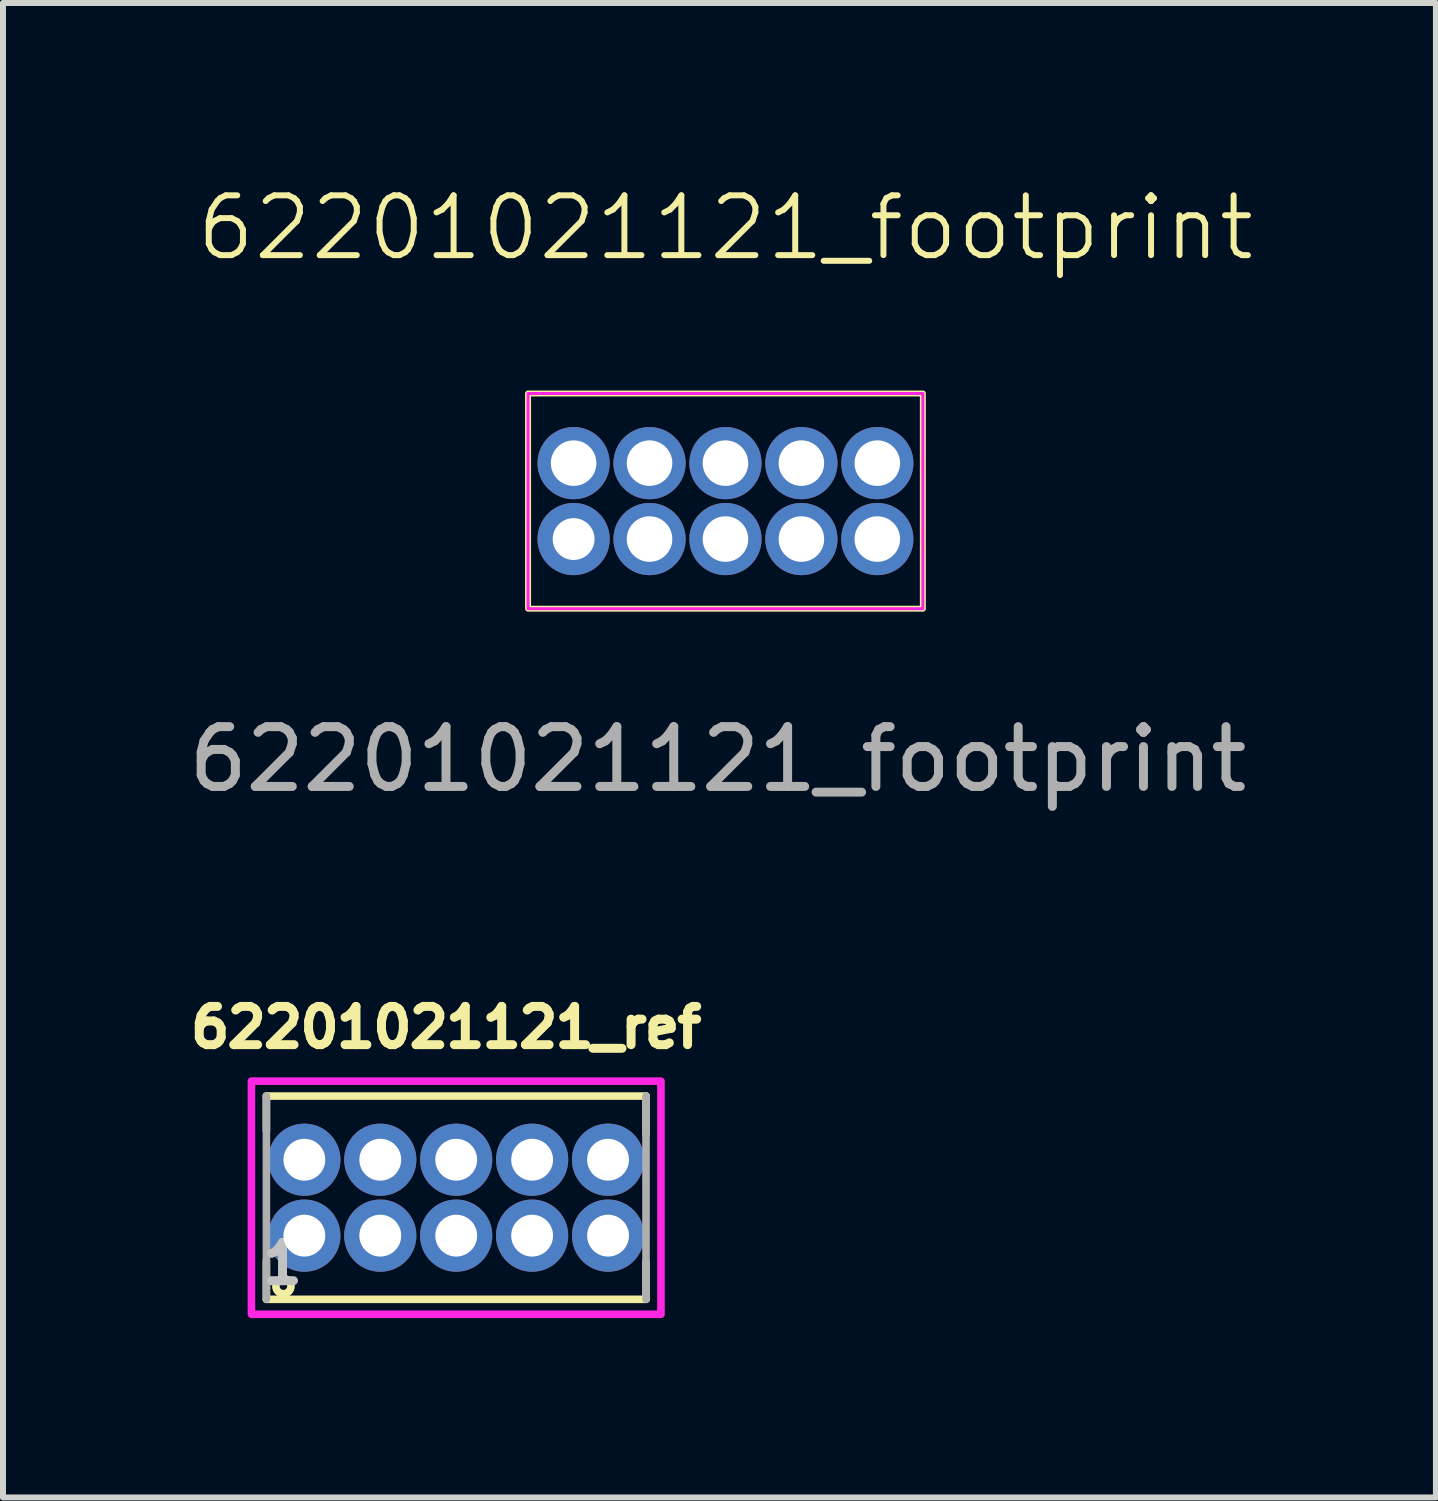
<source format=kicad_pcb>
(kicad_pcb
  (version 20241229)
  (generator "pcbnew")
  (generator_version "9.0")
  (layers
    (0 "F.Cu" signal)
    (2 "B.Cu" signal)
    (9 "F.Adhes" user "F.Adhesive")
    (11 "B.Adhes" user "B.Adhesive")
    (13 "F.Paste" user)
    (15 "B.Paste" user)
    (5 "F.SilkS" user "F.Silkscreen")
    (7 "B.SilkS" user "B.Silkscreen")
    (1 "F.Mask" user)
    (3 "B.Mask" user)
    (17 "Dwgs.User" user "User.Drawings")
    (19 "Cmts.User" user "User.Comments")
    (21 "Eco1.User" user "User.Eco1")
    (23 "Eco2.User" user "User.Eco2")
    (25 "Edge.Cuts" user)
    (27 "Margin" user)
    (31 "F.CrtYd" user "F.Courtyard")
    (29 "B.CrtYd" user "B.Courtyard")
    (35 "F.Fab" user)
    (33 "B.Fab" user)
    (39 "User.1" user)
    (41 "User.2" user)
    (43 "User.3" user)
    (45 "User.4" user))
  (footprint "62201021121_footprint"
    (layer "F.Cu")
    (at 9.085 5.332)
    (property "Reference" "62201021121_footprint" (at 0 -4.572 0) (unlocked yes) (layer "F.SilkS") (effects (font (size 1 1) (thickness 0.1))))
    (attr through_hole)
    (fp_rect (start -3.302 1.8) (end 3.302 -1.8) (stroke (width 0.1) (type default)) (fill no) (layer "F.SilkS"))
    (fp_rect (start -3.302 1.8) (end 3.302 -1.8) (stroke (width 0.05) (type solid)) (fill no) (layer "F.CrtYd"))
    (fp_text user "${REFERENCE}" (at -0.127 4.318 0) (unlocked yes) (layer "F.Fab") (effects (font (size 1 1) (thickness 0.15))))
    (pad "1" thru_hole circle (at -2.54 0.635) (size 1.208 1.208) (drill 0.7) (layers "*.Cu" "*.Mask"))
    (pad "2" thru_hole circle (at -2.54 -0.635) (size 1.208 1.208) (drill 0.762) (layers "*.Cu" "*.Mask"))
    (pad "3" thru_hole circle (at -1.27 0.635) (size 1.208 1.208) (drill 0.762) (layers "*.Cu" "*.Mask"))
    (pad "4" thru_hole circle (at -1.27 -0.635) (size 1.208 1.208) (drill 0.762) (layers "*.Cu" "*.Mask"))
    (pad "5" thru_hole circle (at 0 0.635) (size 1.208 1.208) (drill 0.762) (layers "*.Cu" "*.Mask"))
    (pad "6" thru_hole circle (at 0 -0.635) (size 1.208 1.208) (drill 0.762) (layers "*.Cu" "*.Mask"))
    (pad "7" thru_hole circle (at 1.27 0.635) (size 1.208 1.208) (drill 0.762) (layers "*.Cu" "*.Mask"))
    (pad "8" thru_hole circle (at 1.27 -0.635) (size 1.208 1.208) (drill 0.762) (layers "*.Cu" "*.Mask"))
    (pad "9" thru_hole circle (at 2.54 0.635) (size 1.208 1.208) (drill 0.762) (layers "*.Cu" "*.Mask"))
    (pad "10" thru_hole circle (at 2.54 -0.635) (size 1.208 1.208) (drill 0.762) (layers "*.Cu" "*.Mask")))
  (footprint "62201021121_ref"
    (layer "F.Cu")
    (at 4.581 16.984)
    (property "Reference" "62201021121_ref" (at -0.168 -2.848 0) (layer "F.SilkS") (effects (font (size 0.64 0.64) (thickness 0.15))))
    (attr through_hole)
    (fp_line (start -3.175 -1.12) (end -3.175 -1.7) (stroke (width 0.127) (type solid)) (layer "F.SilkS"))
    (fp_line (start -3.175 1.05) (end -3.175 1.7) (stroke (width 0.127) (type solid)) (layer "F.SilkS"))
    (fp_line (start -3.175 1.7) (end 3.175 1.7) (stroke (width 0.127) (type solid)) (layer "F.SilkS"))
    (fp_line (start 3.175 -1.7) (end -3.175 -1.7) (stroke (width 0.127) (type solid)) (layer "F.SilkS"))
    (fp_line (start 3.175 -1.06) (end 3.175 -1.7) (stroke (width 0.127) (type solid)) (layer "F.SilkS"))
    (fp_line (start 3.175 1.08) (end 3.175 1.7) (stroke (width 0.127) (type solid)) (layer "F.SilkS"))
    (fp_circle (center -2.89 1.48) (end -2.827 1.48) (stroke (width 0.127) (type solid)) (fill no) (layer "F.SilkS"))
    (fp_poly (pts (xy -3.425 -1.95) (xy 3.425 -1.95) (xy 3.425 1.95) (xy -3.425 1.95)) (stroke (width 0.127) (type solid)) (fill no) (layer "F.CrtYd"))
    (fp_line (start -3.175 -1.7) (end -3.175 1.7) (stroke (width 0.127) (type solid)) (layer "F.Fab"))
    (fp_line (start 3.175 1.7) (end 3.175 -1.7) (stroke (width 0.127) (type solid)) (layer "F.Fab"))
    (fp_text user "1" (at -2.905 1.1 0) (layer "Dwgs.User") (effects (font (size 0.64 0.64) (thickness 0.15))))
    (pad "1" thru_hole circle (at -2.54 0.635) (size 1.208 1.208) (drill 0.7) (layers "*.Cu" "*.Mask"))
    (pad "2" thru_hole circle (at -2.54 -0.635) (size 1.208 1.208) (drill 0.7) (layers "*.Cu" "*.Mask"))
    (pad "3" thru_hole circle (at -1.27 0.635) (size 1.208 1.208) (drill 0.7) (layers "*.Cu" "*.Mask"))
    (pad "4" thru_hole circle (at -1.27 -0.635) (size 1.208 1.208) (drill 0.7) (layers "*.Cu" "*.Mask"))
    (pad "5" thru_hole circle (at 0 0.635) (size 1.208 1.208) (drill 0.7) (layers "*.Cu" "*.Mask"))
    (pad "6" thru_hole circle (at 0 -0.635) (size 1.208 1.208) (drill 0.7) (layers "*.Cu" "*.Mask"))
    (pad "7" thru_hole circle (at 1.27 0.635) (size 1.208 1.208) (drill 0.7) (layers "*.Cu" "*.Mask"))
    (pad "8" thru_hole circle (at 1.27 -0.635) (size 1.208 1.208) (drill 0.7) (layers "*.Cu" "*.Mask"))
    (pad "9" thru_hole circle (at 2.54 0.635) (size 1.208 1.208) (drill 0.7) (layers "*.Cu" "*.Mask"))
    (pad "10" thru_hole circle (at 2.54 -0.635) (size 1.208 1.208) (drill 0.7) (layers "*.Cu" "*.Mask")))
  (gr_rect
    (start -3 -3)
    (end 20.969 21.998)
    (stroke (width 0.1) (type default))
    (fill no)
    (layer "Edge.Cuts")))
</source>
